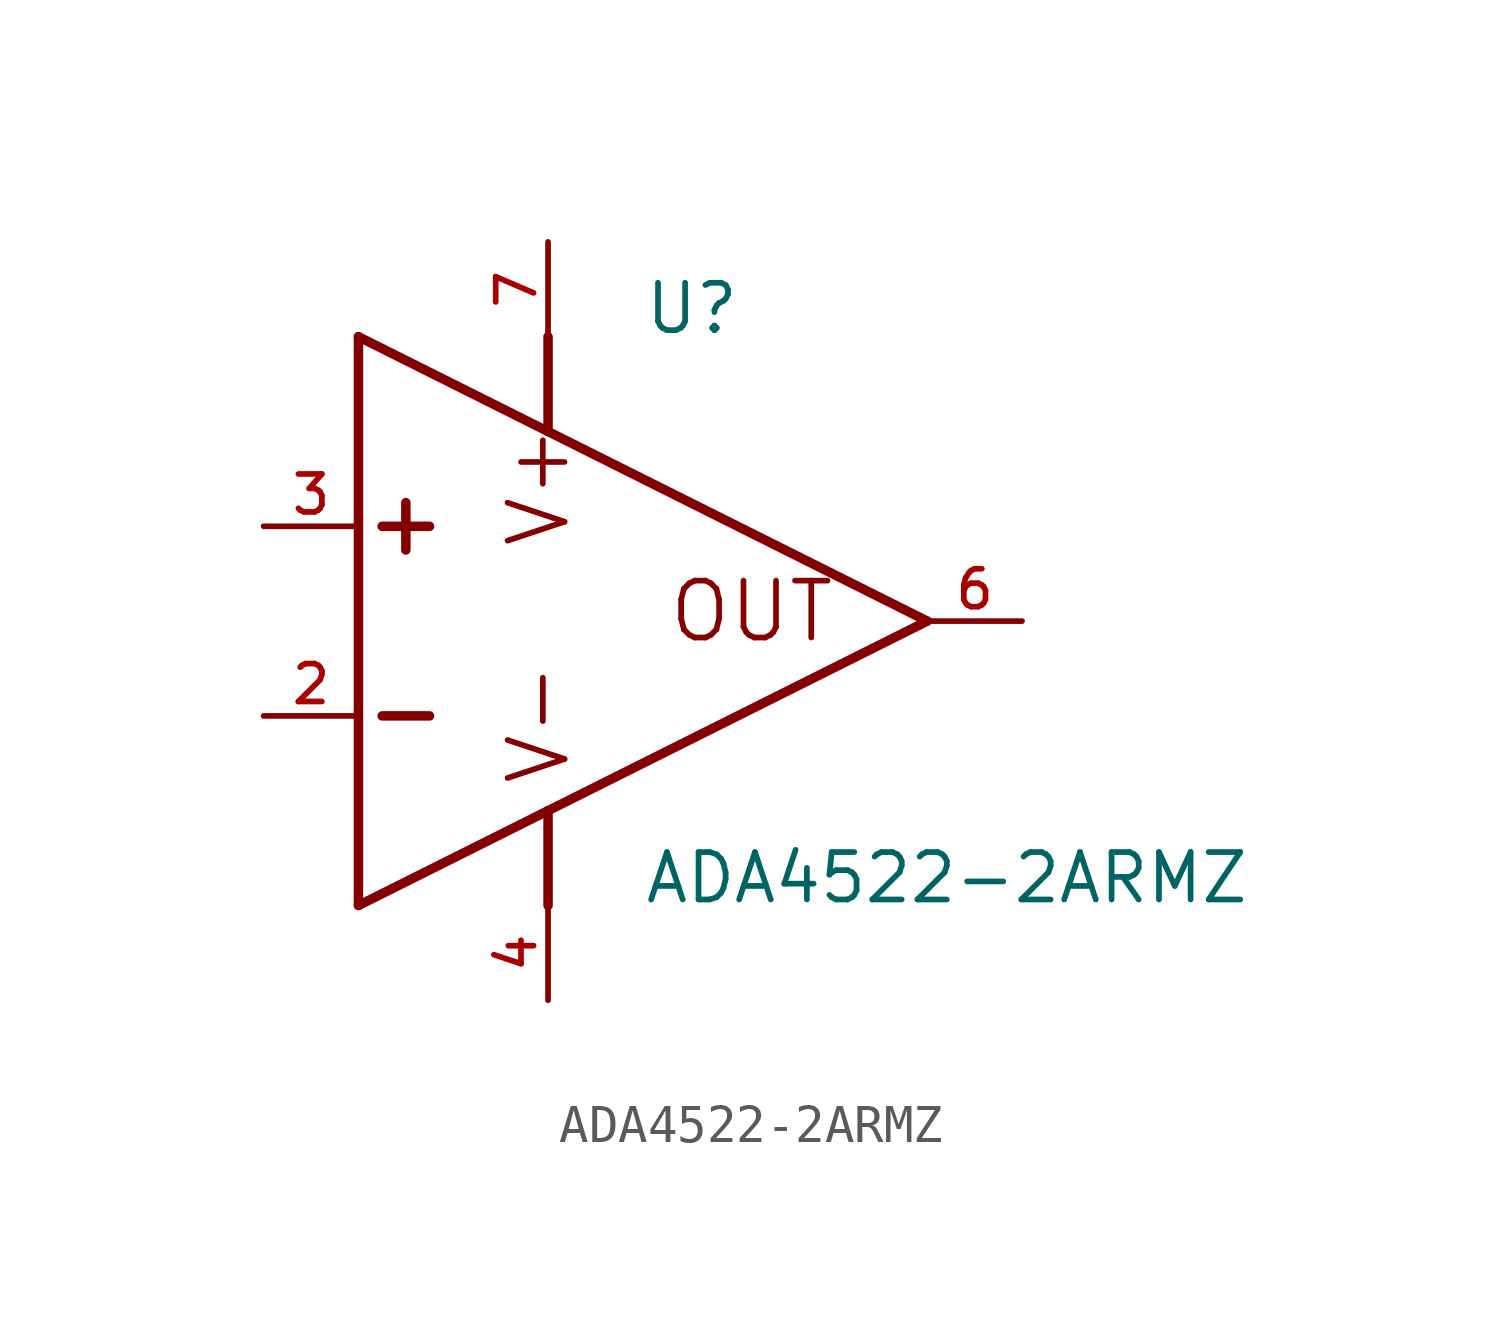
<source format=kicad_sym>
(kicad_symbol_lib
  (version 20211014)
  (generator kicad_symbol_editor)
  (symbol "ADA4522-2ARMZ"
    (pin_names
      (offset 1.016))
    (property "Reference" "U"
      (at 2.544 7.632 0)
      (effects (font (size 1.27 1.27)) (justify bottom left)))
    (property "Value" "ADA4522-2ARMZ"
      (at 2.541 -7.622 0)
      (effects (font (size 1.27 1.27)) (justify bottom left)))
    (symbol "ADA4522-2ARMZ_0_0"
      (polyline (pts (xy -5.08 -7.62) (xy -5.08 7.62)) (stroke (width 0.254)))
      (polyline (pts (xy -4.445 2.54) (xy -3.175 2.54)) (stroke (width 0.254)))
      (polyline (pts (xy -3.81 3.175) (xy -3.81 1.905)) (stroke (width 0.254)))
      (polyline (pts (xy -4.445 -2.54) (xy -3.175 -2.54)) (stroke (width 0.254)))
      (polyline (pts (xy -5.08 7.62) (xy 0.0 5.08)) (stroke (width 0.254)))
      (polyline (pts (xy 0.0 5.08) (xy 10.16 0.0)) (stroke (width 0.254)))
      (polyline (pts (xy 10.16 0.0) (xy 0.0 -5.08)) (stroke (width 0.254)))
      (polyline (pts (xy 0.0 -5.08) (xy -5.08 -7.62)) (stroke (width 0.254)))
      (polyline (pts (xy 0.0 7.62) (xy 0.0 5.08)) (stroke (width 0.254)))
      (polyline (pts (xy 0.0 -7.62) (xy 0.0 -5.08)) (stroke (width 0.254)))
      (text "OUT" (at 3.176 -0.635 0) (effects (font (size 1.525 1.525)) (justify bottom left)))
      (text "V+" (at 0.636 1.909 900) (effects (font (size 1.527 1.527)) (justify bottom left)))
      (text "V-" (at 0.636 -4.449 900) (effects (font (size 1.525 1.525)) (justify bottom left)))
      (pin input line (at -7.62 2.54 0) (length 2.54) (name "~" (effects (font (size 1.016 1.016)))) (number "3" (effects (font (size 1.016 1.016)))))
      (pin input line (at -7.62 -2.54 0) (length 2.54) (name "~" (effects (font (size 1.016 1.016)))) (number "2" (effects (font (size 1.016 1.016)))))
      (pin power_in line (at 0.0 10.16 270.0) (length 2.54) (name "~" (effects (font (size 1.016 1.016)))) (number "7" (effects (font (size 1.016 1.016)))))
      (pin power_in line (at 0.0 -10.16 90.0) (length 2.54) (name "~" (effects (font (size 1.016 1.016)))) (number "4" (effects (font (size 1.016 1.016)))))
      (pin output line (at 12.7 0.0 180.0) (length 2.54) (name "~" (effects (font (size 1.016 1.016)))) (number "6" (effects (font (size 1.016 1.016))))))))
</source>
